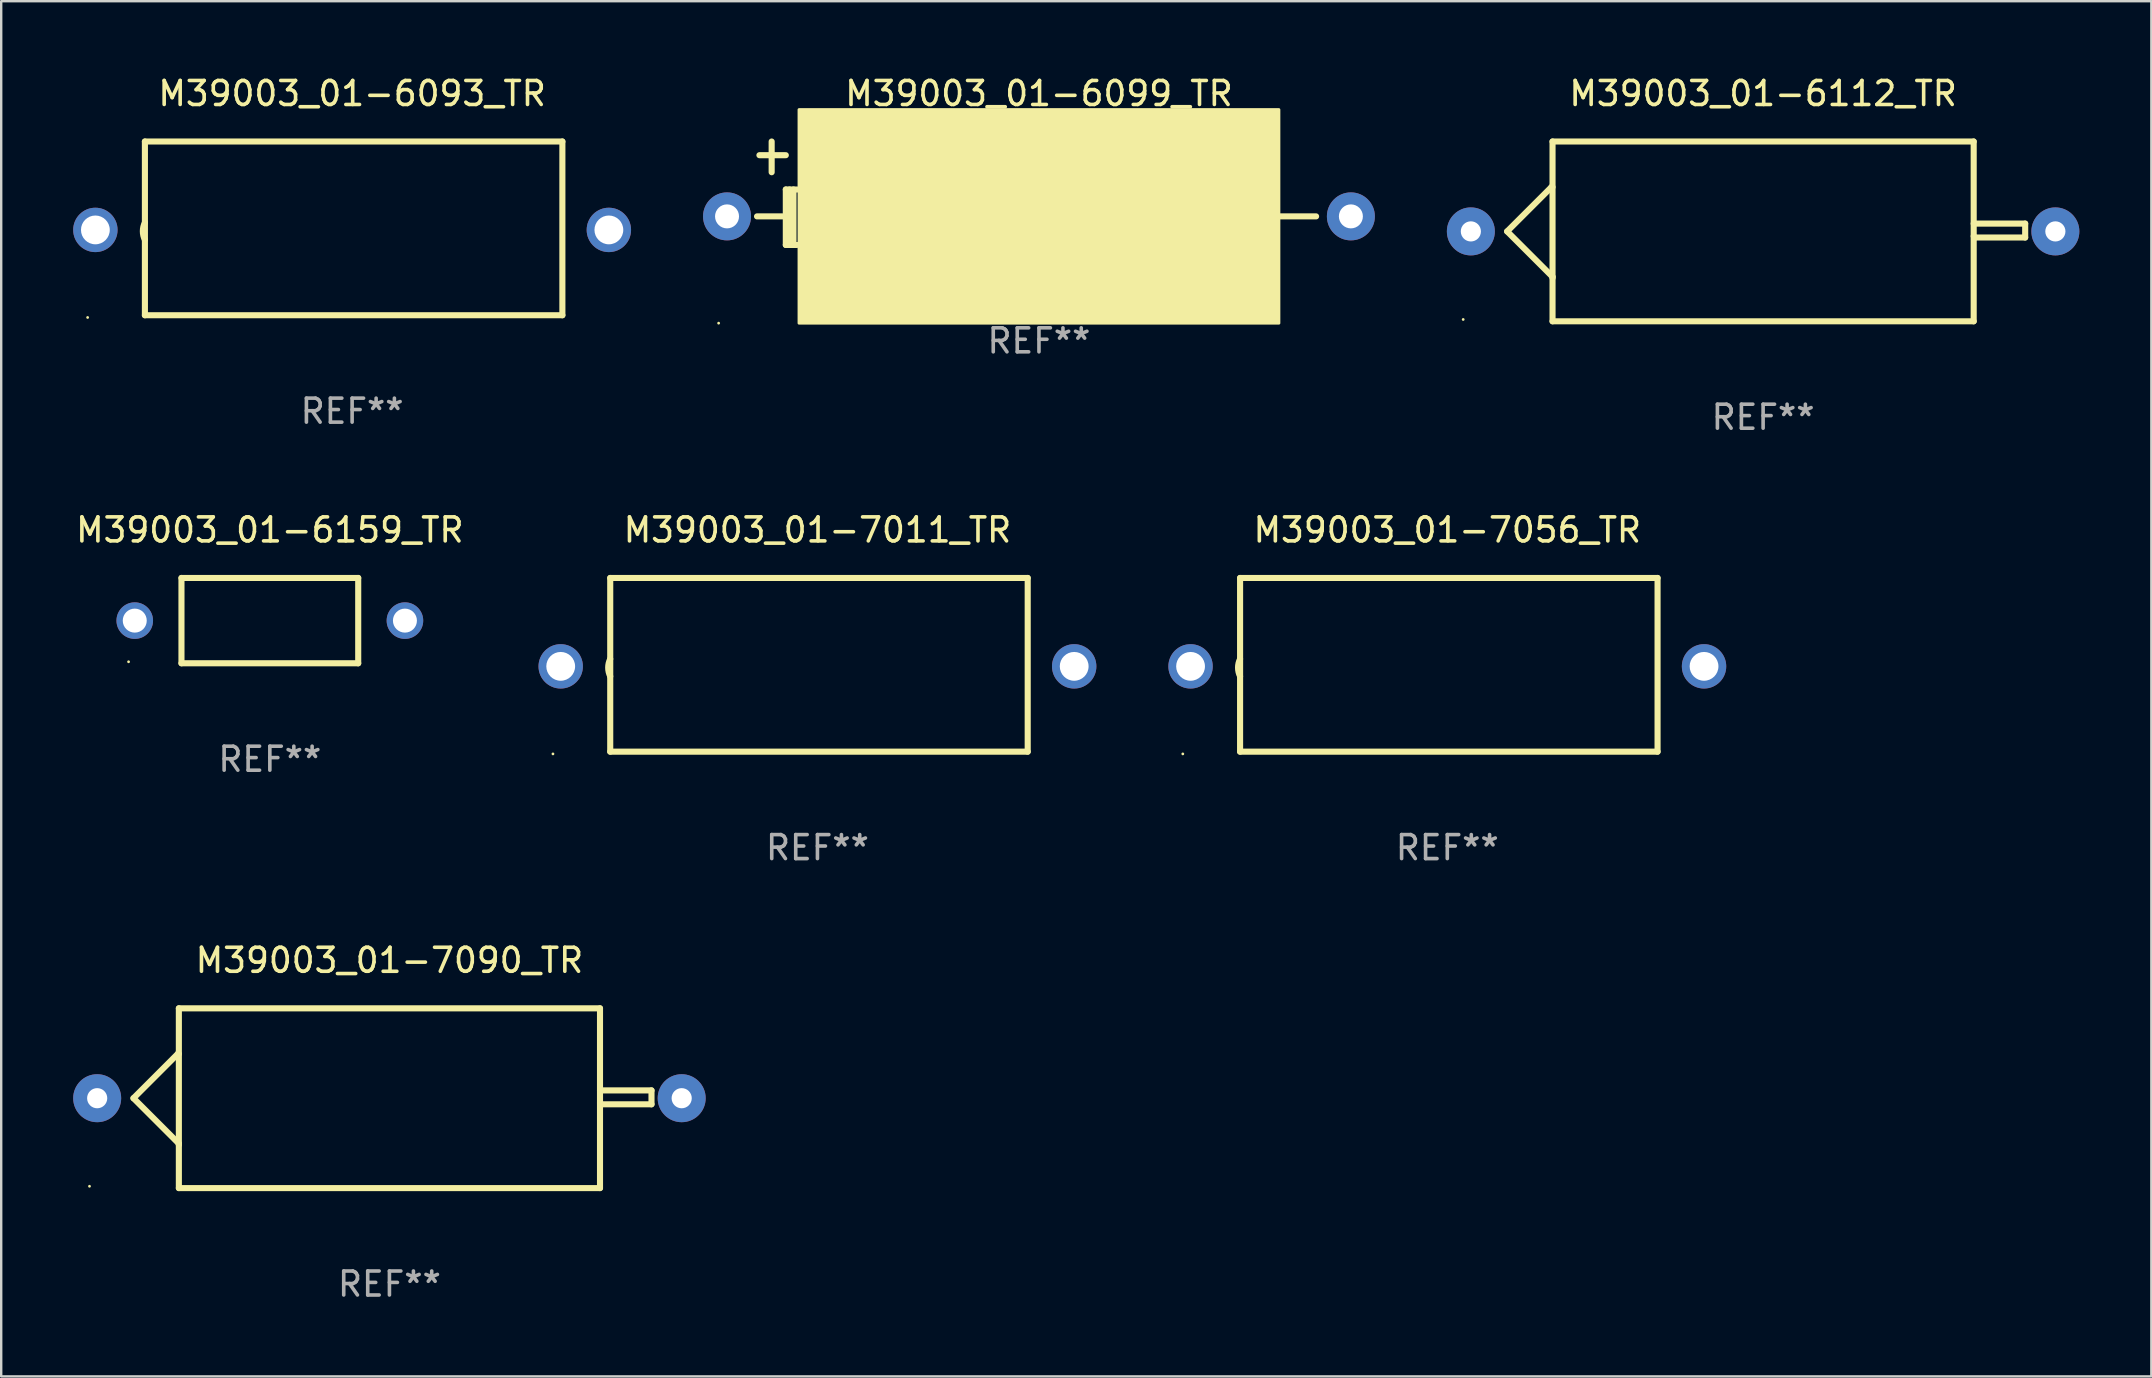
<source format=kicad_pcb>
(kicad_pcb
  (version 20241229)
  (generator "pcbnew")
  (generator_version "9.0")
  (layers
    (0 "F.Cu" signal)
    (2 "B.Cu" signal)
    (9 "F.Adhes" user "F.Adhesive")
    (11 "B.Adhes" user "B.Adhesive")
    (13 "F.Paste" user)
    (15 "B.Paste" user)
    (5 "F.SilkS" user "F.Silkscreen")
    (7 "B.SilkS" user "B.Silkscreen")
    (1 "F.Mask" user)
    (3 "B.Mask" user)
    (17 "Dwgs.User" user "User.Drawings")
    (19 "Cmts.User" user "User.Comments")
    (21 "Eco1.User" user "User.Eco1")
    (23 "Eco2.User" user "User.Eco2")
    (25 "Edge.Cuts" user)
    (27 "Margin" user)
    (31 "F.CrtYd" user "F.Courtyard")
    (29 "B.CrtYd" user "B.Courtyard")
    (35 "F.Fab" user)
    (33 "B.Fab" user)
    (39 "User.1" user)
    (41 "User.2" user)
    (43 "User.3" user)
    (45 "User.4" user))
  (footprint "M39003_01-7056_TR"
    (layer "F.Cu")
    (at 57.268 24.657)
    (property "Reference" "M39003_01-7056_TR" (at 0 -5.62 0) (layer "F.SilkS") (effects (font (size 1 1) (thickness 0.15))))
    (attr through_hole)
    (fp_line (start -8.636 -3.62) (end -8.636 3.62) (stroke (width 0.254) (type solid)) (layer "F.SilkS"))
    (fp_line (start -8.636 3.62) (end 8.763 3.62) (stroke (width 0.254) (type solid)) (layer "F.SilkS"))
    (fp_line (start 8.763 -3.62) (end -8.636 -3.62) (stroke (width 0.254) (type solid)) (layer "F.SilkS"))
    (fp_line (start 8.763 3.62) (end 8.763 -3.62) (stroke (width 0.254) (type solid)) (layer "F.SilkS"))
    (fp_arc (start -8.636017 0.480061) (mid -8.72152 0.117869) (end -8.636017 -0.244323) (stroke (width 0.254001) (type solid)) (layer "F.SilkS"))
    (fp_circle (center -11.023 3.713) (end -10.993 3.713) (stroke (width 0.06) (type solid)) (fill no) (layer "F.SilkS"))
    (fp_text user "REF**" (at 0 7.62 0) (layer "F.Fab") (effects (font (size 1 1) (thickness 0.15))))
    (pad "1" thru_hole circle (at -10.7 0.064) (size 1.85 1.85) (drill 1.2) (layers "*.Cu" "*.Mask"))
    (pad "2" thru_hole circle (at 10.7 0.064) (size 1.85 1.85) (drill 1.2) (layers "*.Cu" "*.Mask")))
  (footprint "M39003_01-6159_TR"
    (layer "F.Cu")
    (at 8.196 22.815)
    (property "Reference" "M39003_01-6159_TR" (at 0 -3.778 0) (layer "F.SilkS") (effects (font (size 1 1) (thickness 0.15))))
    (attr through_hole)
    (fp_line (start -3.683 -1.778) (end -3.683 1.778) (stroke (width 0.254) (type solid)) (layer "F.SilkS"))
    (fp_line (start -3.683 1.778) (end 3.683 1.778) (stroke (width 0.254) (type solid)) (layer "F.SilkS"))
    (fp_line (start 3.683 -1.778) (end -3.683 -1.778) (stroke (width 0.254) (type solid)) (layer "F.SilkS"))
    (fp_line (start 3.683 1.778) (end 3.683 -1.778) (stroke (width 0.254) (type solid)) (layer "F.SilkS"))
    (fp_circle (center -5.888 1.715) (end -5.858 1.715) (stroke (width 0.06) (type solid)) (fill no) (layer "F.SilkS"))
    (fp_text user "REF**" (at 0 5.778 0) (layer "F.Fab") (effects (font (size 1 1) (thickness 0.15))))
    (pad "1" thru_hole circle (at -5.63 0) (size 1.524 1.524) (drill 1) (layers "*.Cu" "*.Mask"))
    (pad "2" thru_hole circle (at 5.63 0) (size 1.524 1.524) (drill 1) (layers "*.Cu" "*.Mask")))
  (footprint "M39003_01-6112_TR"
    (layer "F.Cu")
    (at 70.43 6.594)
    (property "Reference" "M39003_01-6112_TR" (at 0 -5.746 0) (layer "F.SilkS") (effects (font (size 1 1) (thickness 0.15))))
    (attr through_hole)
    (fp_line (start -10.668 0) (end -8.776 1.892) (stroke (width 0.254) (type solid)) (layer "F.SilkS"))
    (fp_line (start -8.821 -1.847) (end -10.668 0) (stroke (width 0.254) (type solid)) (layer "F.SilkS"))
    (fp_line (start -8.776 -1.847) (end -8.821 -1.847) (stroke (width 0.254) (type solid)) (layer "F.SilkS"))
    (fp_line (start -8.776 1.892) (end -8.776 1.943) (stroke (width 0.254) (type solid)) (layer "F.SilkS"))
    (fp_line (start -8.776 -3.746) (end 8.776 -3.746) (stroke (width 0.254) (type solid)) (layer "F.SilkS"))
    (fp_line (start -8.776 3.746) (end -8.776 -3.746) (stroke (width 0.254) (type solid)) (layer "F.SilkS"))
    (fp_line (start 8.776 -3.746) (end 8.776 3.746) (stroke (width 0.254) (type solid)) (layer "F.SilkS"))
    (fp_line (start 8.776 -0.325) (end 10.922 -0.325) (stroke (width 0.254) (type solid)) (layer "F.SilkS"))
    (fp_line (start 8.776 3.746) (end -8.776 3.746) (stroke (width 0.254) (type solid)) (layer "F.SilkS"))
    (fp_line (start 8.831 0.254) (end 8.776 0.199) (stroke (width 0.254) (type solid)) (layer "F.SilkS"))
    (fp_line (start 10.922 -0.325) (end 10.922 0.254) (stroke (width 0.254) (type solid)) (layer "F.SilkS"))
    (fp_line (start 10.922 0.254) (end 8.831 0.254) (stroke (width 0.254) (type solid)) (layer "F.SilkS"))
    (fp_circle (center -12.5 3.67) (end -12.47 3.67) (stroke (width 0.06) (type solid)) (fill no) (layer "F.SilkS"))
    (fp_text user "+" (at -8.323 0.924 0) (layer "B.Mask") (effects (font (size 1 1) (thickness 0.15))))
    (fp_text user "REF**" (at 0 7.746 0) (layer "F.Fab") (effects (font (size 1 1) (thickness 0.15))))
    (pad "1" thru_hole circle (at -12.18 0) (size 2 2) (drill 0.84) (layers "*.Cu" "*.Mask"))
    (pad "2" thru_hole circle (at 12.18 0) (size 2 2) (drill 0.84) (layers "*.Cu" "*.Mask")))
  (footprint "M39003_01-6093_TR"
    (layer "F.Cu")
    (at 11.625 6.468)
    (property "Reference" "M39003_01-6093_TR" (at 0 -5.62 0) (layer "F.SilkS") (effects (font (size 1 1) (thickness 0.15))))
    (attr through_hole)
    (fp_line (start -8.636 -3.62) (end -8.636 3.62) (stroke (width 0.254) (type solid)) (layer "F.SilkS"))
    (fp_line (start -8.636 3.62) (end 8.763 3.62) (stroke (width 0.254) (type solid)) (layer "F.SilkS"))
    (fp_line (start 8.763 -3.62) (end -8.636 -3.62) (stroke (width 0.254) (type solid)) (layer "F.SilkS"))
    (fp_line (start 8.763 3.62) (end 8.763 -3.62) (stroke (width 0.254) (type solid)) (layer "F.SilkS"))
    (fp_arc (start -8.636017 0.480061) (mid -8.72152 0.117869) (end -8.636017 -0.244323) (stroke (width 0.254001) (type solid)) (layer "F.SilkS"))
    (fp_circle (center -11.023 3.713) (end -10.993 3.713) (stroke (width 0.06) (type solid)) (fill no) (layer "F.SilkS"))
    (fp_text user "REF**" (at 0 7.62 0) (layer "F.Fab") (effects (font (size 1 1) (thickness 0.15))))
    (pad "1" thru_hole circle (at -10.7 0.064) (size 1.85 1.85) (drill 1.2) (layers "*.Cu" "*.Mask"))
    (pad "2" thru_hole circle (at 10.7 0.064) (size 1.85 1.85) (drill 1.2) (layers "*.Cu" "*.Mask")))
  (footprint "M39003_01-7011_TR"
    (layer "F.Cu")
    (at 31.018 24.657)
    (property "Reference" "M39003_01-7011_TR" (at 0 -5.62 0) (layer "F.SilkS") (effects (font (size 1 1) (thickness 0.15))))
    (attr through_hole)
    (fp_line (start -8.636 -3.62) (end -8.636 3.62) (stroke (width 0.254) (type solid)) (layer "F.SilkS"))
    (fp_line (start -8.636 3.62) (end 8.763 3.62) (stroke (width 0.254) (type solid)) (layer "F.SilkS"))
    (fp_line (start 8.763 -3.62) (end -8.636 -3.62) (stroke (width 0.254) (type solid)) (layer "F.SilkS"))
    (fp_line (start 8.763 3.62) (end 8.763 -3.62) (stroke (width 0.254) (type solid)) (layer "F.SilkS"))
    (fp_arc (start -8.636017 0.480061) (mid -8.72152 0.117869) (end -8.636017 -0.244323) (stroke (width 0.254001) (type solid)) (layer "F.SilkS"))
    (fp_circle (center -11.023 3.713) (end -10.993 3.713) (stroke (width 0.06) (type solid)) (fill no) (layer "F.SilkS"))
    (fp_text user "REF**" (at 0 7.62 0) (layer "F.Fab") (effects (font (size 1 1) (thickness 0.15))))
    (pad "1" thru_hole circle (at -10.7 0.064) (size 1.85 1.85) (drill 1.2) (layers "*.Cu" "*.Mask"))
    (pad "2" thru_hole circle (at 10.7 0.064) (size 1.85 1.85) (drill 1.2) (layers "*.Cu" "*.Mask")))
  (footprint "M39003_01-7090_TR"
    (layer "F.Cu")
    (at 13.18 42.719)
    (property "Reference" "M39003_01-7090_TR" (at 0 -5.746 0) (layer "F.SilkS") (effects (font (size 1 1) (thickness 0.15))))
    (attr through_hole)
    (fp_line (start -10.668 0) (end -8.776 1.892) (stroke (width 0.254) (type solid)) (layer "F.SilkS"))
    (fp_line (start -8.821 -1.847) (end -10.668 0) (stroke (width 0.254) (type solid)) (layer "F.SilkS"))
    (fp_line (start -8.776 -1.847) (end -8.821 -1.847) (stroke (width 0.254) (type solid)) (layer "F.SilkS"))
    (fp_line (start -8.776 1.892) (end -8.776 1.943) (stroke (width 0.254) (type solid)) (layer "F.SilkS"))
    (fp_line (start -8.776 -3.746) (end 8.776 -3.746) (stroke (width 0.254) (type solid)) (layer "F.SilkS"))
    (fp_line (start -8.776 3.746) (end -8.776 -3.746) (stroke (width 0.254) (type solid)) (layer "F.SilkS"))
    (fp_line (start 8.776 -3.746) (end 8.776 3.746) (stroke (width 0.254) (type solid)) (layer "F.SilkS"))
    (fp_line (start 8.776 -0.325) (end 10.922 -0.325) (stroke (width 0.254) (type solid)) (layer "F.SilkS"))
    (fp_line (start 8.776 3.746) (end -8.776 3.746) (stroke (width 0.254) (type solid)) (layer "F.SilkS"))
    (fp_line (start 8.831 0.254) (end 8.776 0.199) (stroke (width 0.254) (type solid)) (layer "F.SilkS"))
    (fp_line (start 10.922 -0.325) (end 10.922 0.254) (stroke (width 0.254) (type solid)) (layer "F.SilkS"))
    (fp_line (start 10.922 0.254) (end 8.831 0.254) (stroke (width 0.254) (type solid)) (layer "F.SilkS"))
    (fp_circle (center -12.5 3.67) (end -12.47 3.67) (stroke (width 0.06) (type solid)) (fill no) (layer "F.SilkS"))
    (fp_text user "+" (at -8.323 0.924 0) (layer "B.Mask") (effects (font (size 1 1) (thickness 0.15))))
    (fp_text user "REF**" (at 0 7.746 0) (layer "F.Fab") (effects (font (size 1 1) (thickness 0.15))))
    (pad "1" thru_hole circle (at -12.18 0) (size 2 2) (drill 0.84) (layers "*.Cu" "*.Mask"))
    (pad "2" thru_hole circle (at 12.18 0) (size 2 2) (drill 0.84) (layers "*.Cu" "*.Mask")))
  (footprint "M39003_01-6099_TR"
    (layer "F.Cu")
    (at 40.25 5.003)
    (property "Reference" "M39003_01-6099_TR" (at 0 -4.155 0) (layer "F.SilkS") (effects (font (size 1 1) (thickness 0.15))))
    (attr through_hole)
    (fp_line (start -11.65 -1.585) (end -10.55 -1.585) (stroke (width 0.254) (type solid)) (layer "F.SilkS"))
    (fp_line (start -11.14 -2.155) (end -11.14 -0.875) (stroke (width 0.254) (type solid)) (layer "F.SilkS"))
    (fp_line (start -10.7 0.965) (end -11.75 0.965) (stroke (width 0.254) (type solid)) (layer "F.SilkS"))
    (fp_line (start -10.55 -0.155) (end -10.55 2.155) (stroke (width 0.254) (type solid)) (layer "F.SilkS"))
    (fp_line (start -10.55 2.155) (end -10.08 2.155) (stroke (width 0.254) (type solid)) (layer "F.SilkS"))
    (fp_line (start -10.396 -0.155) (end -10.396 2.155) (stroke (width 0.254) (type solid)) (layer "F.SilkS"))
    (fp_line (start -10.231 -0.155) (end -10.231 1.985) (stroke (width 0.254) (type solid)) (layer "F.SilkS"))
    (fp_line (start -10.08 -0.155) (end -10.55 -0.155) (stroke (width 0.254) (type solid)) (layer "F.SilkS"))
    (fp_line (start 10 0.965) (end 11.55 0.965) (stroke (width 0.254) (type solid)) (layer "F.SilkS"))
    (fp_circle (center -13.35 5.415) (end -13.32 5.415) (stroke (width 0.06) (type solid)) (fill no) (layer "F.SilkS"))
    (fp_poly (pts (xy -10 -3.485) (xy 10 -3.485) (xy 10 5.415) (xy -10 5.415)) (stroke (width 0.12) (type solid)) (fill yes) (layer "F.SilkS"))
    (fp_text user "REF**" (at 0 6.155 0) (layer "F.Fab") (effects (font (size 1 1) (thickness 0.15))))
    (pad "1" thru_hole circle (at -13 0.965) (size 2 2) (drill 1) (layers "*.Cu" "*.Mask"))
    (pad "2" thru_hole circle (at 13 0.965) (size 2 2) (drill 1) (layers "*.Cu" "*.Mask")))
  (gr_rect
    (start -3 -3)
    (end 86.61 54.313)
    (stroke (width 0.1) (type default))
    (fill no)
    (layer "Edge.Cuts")))
</source>
